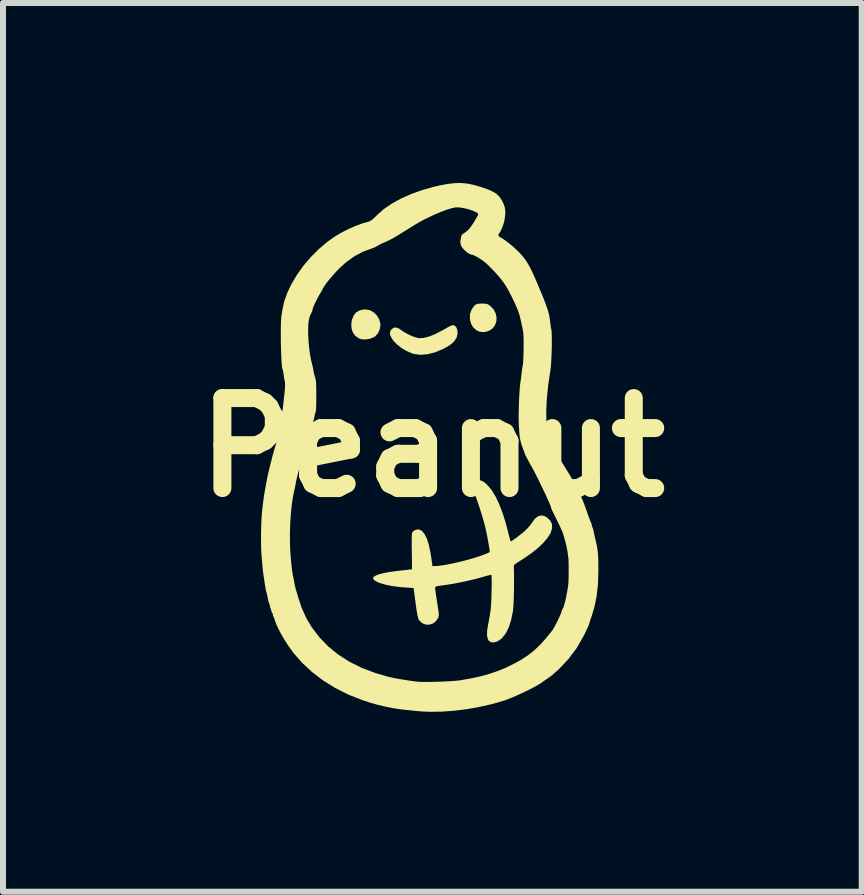
<source format=kicad_pcb>
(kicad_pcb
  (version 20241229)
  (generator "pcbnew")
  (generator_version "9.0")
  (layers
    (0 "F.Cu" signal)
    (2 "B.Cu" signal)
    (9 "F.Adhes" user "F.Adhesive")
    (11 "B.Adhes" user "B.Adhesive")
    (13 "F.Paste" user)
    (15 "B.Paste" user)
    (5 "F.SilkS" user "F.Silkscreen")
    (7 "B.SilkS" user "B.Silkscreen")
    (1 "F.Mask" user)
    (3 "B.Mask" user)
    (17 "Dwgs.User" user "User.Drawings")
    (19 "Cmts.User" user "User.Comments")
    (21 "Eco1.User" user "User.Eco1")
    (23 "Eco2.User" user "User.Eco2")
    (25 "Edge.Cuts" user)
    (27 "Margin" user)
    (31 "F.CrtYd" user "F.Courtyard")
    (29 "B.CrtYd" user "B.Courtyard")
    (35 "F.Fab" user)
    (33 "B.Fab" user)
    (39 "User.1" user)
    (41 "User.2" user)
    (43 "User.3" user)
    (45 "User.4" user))
  (footprint "Peanut"
    (layer "F.Cu")
    (at 4.157 4.407)
    (property "Reference" "Peanut" (at 0 0 0) (layer "F.SilkS") (effects (font (size 1.5 1.5) (thickness 0.3))))
    (attr board_only exclude_from_pos_files exclude_from_bom allow_missing_courtyard)
    (fp_poly (pts (xy -1.044 -2.287) (xy -0.982 -2.253) (xy -0.93 -2.204) (xy -0.89 -2.142) (xy -0.869 -2.074) (xy -0.866 -2.041) (xy -0.877 -1.968) (xy -0.907 -1.902) (xy -0.953 -1.851) (xy -0.978 -1.835) (xy -1.046 -1.809) (xy -1.119 -1.798) (xy -1.188 -1.804) (xy -1.224 -1.816) (xy -1.283 -1.857) (xy -1.325 -1.915) (xy -1.348 -1.986) (xy -1.351 -2.066) (xy -1.342 -2.121) (xy -1.313 -2.196) (xy -1.271 -2.25) (xy -1.214 -2.283) (xy -1.139 -2.298) (xy -1.11 -2.299)) (stroke (width 0) (type solid)) (fill yes) (layer "F.SilkS"))
    (fp_poly (pts (xy 0.877 -2.395) (xy 0.911 -2.39) (xy 0.939 -2.377) (xy 0.965 -2.357) (xy 1.021 -2.299) (xy 1.055 -2.234) (xy 1.07 -2.167) (xy 1.067 -2.101) (xy 1.046 -2.04) (xy 1.009 -1.987) (xy 0.956 -1.948) (xy 0.89 -1.925) (xy 0.844 -1.921) (xy 0.794 -1.926) (xy 0.753 -1.942) (xy 0.724 -1.961) (xy 0.678 -2.003) (xy 0.648 -2.054) (xy 0.629 -2.121) (xy 0.625 -2.15) (xy 0.628 -2.223) (xy 0.653 -2.295) (xy 0.696 -2.357) (xy 0.704 -2.365) (xy 0.726 -2.382) (xy 0.752 -2.392) (xy 0.789 -2.396) (xy 0.827 -2.397)) (stroke (width 0) (type solid)) (fill yes) (layer "F.SilkS"))
    (fp_poly (pts (xy 0.376 -2.027) (xy 0.402 -1.996) (xy 0.417 -1.952) (xy 0.42 -1.901) (xy 0.41 -1.847) (xy 0.399 -1.821) (xy 0.363 -1.767) (xy 0.31 -1.718) (xy 0.236 -1.67) (xy 0.169 -1.635) (xy 0.04 -1.583) (xy -0.084 -1.552) (xy -0.2 -1.543) (xy -0.305 -1.557) (xy -0.34 -1.567) (xy -0.431 -1.607) (xy -0.517 -1.658) (xy -0.593 -1.718) (xy -0.653 -1.781) (xy -0.683 -1.829) (xy -0.704 -1.878) (xy -0.708 -1.916) (xy -0.694 -1.95) (xy -0.683 -1.965) (xy -0.646 -1.994) (xy -0.602 -1.998) (xy -0.552 -1.978) (xy -0.529 -1.961) (xy -0.475 -1.924) (xy -0.41 -1.888) (xy -0.342 -1.856) (xy -0.278 -1.833) (xy -0.23 -1.821) (xy -0.152 -1.823) (xy -0.059 -1.846) (xy 0.049 -1.889) (xy 0.172 -1.952) (xy 0.224 -1.982) (xy 0.27 -2.008) (xy 0.31 -2.028) (xy 0.338 -2.038) (xy 0.342 -2.039)) (stroke (width 0) (type solid)) (fill yes) (layer "F.SilkS"))
    (fp_poly (pts (xy 0.79 0.547) (xy 0.791 0.548) (xy 0.824 0.557) (xy 0.856 0.575) (xy 0.894 0.606) (xy 0.925 0.637) (xy 0.992 0.718) (xy 1.056 0.824) (xy 1.117 0.954) (xy 1.174 1.104) (xy 1.227 1.275) (xy 1.251 1.368) (xy 1.268 1.435) (xy 1.283 1.493) (xy 1.295 1.537) (xy 1.302 1.563) (xy 1.304 1.568) (xy 1.316 1.564) (xy 1.344 1.546) (xy 1.383 1.519) (xy 1.428 1.485) (xy 1.475 1.448) (xy 1.52 1.412) (xy 1.549 1.386) (xy 1.591 1.345) (xy 1.628 1.301) (xy 1.654 1.265) (xy 1.704 1.196) (xy 1.755 1.152) (xy 1.809 1.134) (xy 1.864 1.142) (xy 1.913 1.17) (xy 1.966 1.223) (xy 1.994 1.281) (xy 1.996 1.346) (xy 1.974 1.418) (xy 1.967 1.434) (xy 1.918 1.512) (xy 1.846 1.595) (xy 1.755 1.682) (xy 1.646 1.768) (xy 1.523 1.853) (xy 1.472 1.885) (xy 1.419 1.918) (xy 1.385 1.941) (xy 1.366 1.959) (xy 1.358 1.975) (xy 1.357 1.993) (xy 1.357 1.994) (xy 1.36 2.066) (xy 1.361 2.152) (xy 1.361 2.248) (xy 1.361 2.348) (xy 1.359 2.448) (xy 1.356 2.541) (xy 1.352 2.624) (xy 1.347 2.691) (xy 1.342 2.736) (xy 1.312 2.881) (xy 1.273 3.002) (xy 1.224 3.1) (xy 1.165 3.175) (xy 1.129 3.207) (xy 1.075 3.238) (xy 1.022 3.252) (xy 0.976 3.247) (xy 0.942 3.224) (xy 0.937 3.218) (xy 0.918 3.176) (xy 0.91 3.123) (xy 0.913 3.054) (xy 0.927 2.967) (xy 0.929 2.956) (xy 0.943 2.884) (xy 0.957 2.804) (xy 0.968 2.732) (xy 0.971 2.712) (xy 0.975 2.668) (xy 0.979 2.61) (xy 0.983 2.54) (xy 0.985 2.464) (xy 0.987 2.386) (xy 0.989 2.31) (xy 0.989 2.242) (xy 0.988 2.186) (xy 0.987 2.145) (xy 0.984 2.126) (xy 0.983 2.125) (xy 0.969 2.126) (xy 0.935 2.134) (xy 0.886 2.147) (xy 0.828 2.164) (xy 0.828 2.164) (xy 0.725 2.192) (xy 0.604 2.221) (xy 0.475 2.249) (xy 0.345 2.274) (xy 0.224 2.293) (xy 0.173 2.3) (xy 0.114 2.308) (xy 0.077 2.315) (xy 0.056 2.323) (xy 0.047 2.332) (xy 0.046 2.344) (xy 0.047 2.365) (xy 0.053 2.407) (xy 0.061 2.466) (xy 0.072 2.535) (xy 0.08 2.586) (xy 0.092 2.666) (xy 0.101 2.724) (xy 0.106 2.765) (xy 0.107 2.795) (xy 0.104 2.816) (xy 0.099 2.834) (xy 0.091 2.85) (xy 0.053 2.904) (xy 0.003 2.94) (xy -0.055 2.956) (xy -0.115 2.953) (xy -0.171 2.929) (xy -0.218 2.885) (xy -0.225 2.876) (xy -0.236 2.849) (xy -0.248 2.8) (xy -0.261 2.728) (xy -0.275 2.632) (xy -0.28 2.593) (xy -0.313 2.345) (xy -0.469 2.334) (xy -0.583 2.324) (xy -0.689 2.308) (xy -0.784 2.288) (xy -0.865 2.265) (xy -0.927 2.24) (xy -0.969 2.213) (xy -0.983 2.196) (xy -0.989 2.176) (xy -0.98 2.161) (xy -0.955 2.143) (xy -0.903 2.12) (xy -0.827 2.099) (xy -0.73 2.08) (xy -0.614 2.064) (xy -0.611 2.064) (xy -0.546 2.056) (xy -0.481 2.049) (xy -0.428 2.043) (xy -0.41 2.04) (xy -0.339 2.032) (xy -0.34 1.954) (xy -0.34 1.913) (xy -0.341 1.854) (xy -0.342 1.781) (xy -0.343 1.702) (xy -0.344 1.661) (xy -0.344 1.587) (xy -0.344 1.521) (xy -0.342 1.469) (xy -0.34 1.434) (xy -0.338 1.423) (xy -0.316 1.395) (xy -0.279 1.375) (xy -0.239 1.367) (xy -0.222 1.369) (xy -0.173 1.394) (xy -0.13 1.445) (xy -0.092 1.52) (xy -0.06 1.621) (xy -0.033 1.747) (xy -0.021 1.819) (xy 0.002 1.98) (xy 0.066 1.978) (xy 0.116 1.974) (xy 0.184 1.964) (xy 0.268 1.949) (xy 0.359 1.93) (xy 0.455 1.908) (xy 0.548 1.885) (xy 0.634 1.861) (xy 0.635 1.861) (xy 0.715 1.837) (xy 0.789 1.813) (xy 0.855 1.789) (xy 0.907 1.769) (xy 0.943 1.753) (xy 0.957 1.742) (xy 0.957 1.741) (xy 0.955 1.716) (xy 0.948 1.672) (xy 0.938 1.613) (xy 0.926 1.547) (xy 0.913 1.478) (xy 0.9 1.412) (xy 0.887 1.355) (xy 0.886 1.348) (xy 0.863 1.258) (xy 0.832 1.151) (xy 0.797 1.036) (xy 0.758 0.919) (xy 0.723 0.821) (xy 0.702 0.754) (xy 0.686 0.689) (xy 0.678 0.631) (xy 0.678 0.588) (xy 0.68 0.581) (xy 0.697 0.555) (xy 0.734 0.544)) (stroke (width 0) (type solid)) (fill yes) (layer "F.SilkS"))
    (fp_poly (pts (xy 0.58 -4.397) (xy 0.69 -4.375) (xy 0.812 -4.339) (xy 0.906 -4.307) (xy 0.994 -4.27) (xy 1.063 -4.23) (xy 1.115 -4.181) (xy 1.157 -4.119) (xy 1.184 -4.065) (xy 1.205 -4.009) (xy 1.215 -3.953) (xy 1.216 -3.891) (xy 1.206 -3.813) (xy 1.204 -3.8) (xy 1.194 -3.752) (xy 1.177 -3.698) (xy 1.157 -3.646) (xy 1.136 -3.602) (xy 1.118 -3.574) (xy 1.112 -3.568) (xy 1.101 -3.549) (xy 1.105 -3.523) (xy 1.123 -3.505) (xy 1.127 -3.504) (xy 1.156 -3.489) (xy 1.199 -3.461) (xy 1.251 -3.422) (xy 1.307 -3.378) (xy 1.362 -3.331) (xy 1.41 -3.287) (xy 1.432 -3.266) (xy 1.478 -3.217) (xy 1.518 -3.17) (xy 1.554 -3.121) (xy 1.589 -3.068) (xy 1.623 -3.007) (xy 1.66 -2.935) (xy 1.7 -2.847) (xy 1.745 -2.742) (xy 1.792 -2.631) (xy 1.84 -2.517) (xy 1.877 -2.422) (xy 1.906 -2.342) (xy 1.928 -2.275) (xy 1.944 -2.215) (xy 1.955 -2.158) (xy 1.963 -2.102) (xy 1.966 -2.071) (xy 1.972 -2.024) (xy 1.979 -1.98) (xy 1.983 -1.967) (xy 1.987 -1.935) (xy 1.99 -1.883) (xy 1.991 -1.814) (xy 1.991 -1.734) (xy 1.99 -1.647) (xy 1.987 -1.558) (xy 1.983 -1.472) (xy 1.979 -1.394) (xy 1.973 -1.328) (xy 1.967 -1.282) (xy 1.93 -1.033) (xy 1.907 -0.8) (xy 1.898 -0.585) (xy 1.903 -0.389) (xy 1.912 -0.289) (xy 1.923 -0.224) (xy 1.941 -0.157) (xy 1.962 -0.096) (xy 1.984 -0.05) (xy 1.988 -0.044) (xy 2.009 -0.01) (xy 2.031 0.033) (xy 2.038 0.047) (xy 2.058 0.085) (xy 2.087 0.135) (xy 2.12 0.188) (xy 2.129 0.202) (xy 2.175 0.273) (xy 2.222 0.349) (xy 2.27 0.428) (xy 2.316 0.505) (xy 2.358 0.578) (xy 2.395 0.643) (xy 2.424 0.698) (xy 2.444 0.738) (xy 2.453 0.761) (xy 2.453 0.765) (xy 2.456 0.778) (xy 2.469 0.804) (xy 2.471 0.808) (xy 2.498 0.865) (xy 2.53 0.943) (xy 2.566 1.044) (xy 2.586 1.101) (xy 2.606 1.158) (xy 2.625 1.209) (xy 2.64 1.247) (xy 2.646 1.26) (xy 2.657 1.285) (xy 2.657 1.296) (xy 2.657 1.296) (xy 2.657 1.306) (xy 2.666 1.325) (xy 2.679 1.359) (xy 2.684 1.381) (xy 2.689 1.405) (xy 2.698 1.447) (xy 2.709 1.499) (xy 2.714 1.517) (xy 2.731 1.59) (xy 2.744 1.651) (xy 2.753 1.707) (xy 2.76 1.763) (xy 2.764 1.825) (xy 2.766 1.897) (xy 2.767 1.986) (xy 2.767 2.071) (xy 2.76 2.283) (xy 2.738 2.481) (xy 2.701 2.663) (xy 2.655 2.814) (xy 2.638 2.861) (xy 2.626 2.9) (xy 2.619 2.923) (xy 2.619 2.924) (xy 2.613 2.946) (xy 2.598 2.983) (xy 2.574 3.036) (xy 2.539 3.108) (xy 2.512 3.161) (xy 2.403 3.349) (xy 2.271 3.525) (xy 2.117 3.689) (xy 2.073 3.729) (xy 2.034 3.764) (xy 1.999 3.794) (xy 1.963 3.822) (xy 1.921 3.852) (xy 1.867 3.889) (xy 1.798 3.937) (xy 1.745 3.969) (xy 1.673 4.008) (xy 1.589 4.051) (xy 1.498 4.094) (xy 1.406 4.137) (xy 1.319 4.174) (xy 1.243 4.204) (xy 1.205 4.218) (xy 1.007 4.276) (xy 0.797 4.324) (xy 0.58 4.363) (xy 0.363 4.39) (xy 0.151 4.405) (xy -0.05 4.408) (xy -0.195 4.401) (xy -0.37 4.384) (xy -0.523 4.367) (xy -0.662 4.346) (xy -0.791 4.32) (xy -0.916 4.29) (xy -1.043 4.254) (xy -1.172 4.211) (xy -1.401 4.121) (xy -1.617 4.012) (xy -1.819 3.887) (xy -2.005 3.745) (xy -2.172 3.59) (xy -2.319 3.422) (xy -2.409 3.295) (xy -2.468 3.203) (xy -2.521 3.112) (xy -2.565 3.027) (xy -2.6 2.952) (xy -2.623 2.891) (xy -2.631 2.859) (xy -2.638 2.844) (xy -2.648 2.823) (xy -2.658 2.802) (xy -2.656 2.794) (xy -2.656 2.785) (xy -2.668 2.762) (xy -2.669 2.761) (xy -2.682 2.739) (xy -2.684 2.729) (xy -2.684 2.729) (xy -2.685 2.718) (xy -2.694 2.692) (xy -2.697 2.683) (xy -2.708 2.654) (xy -2.71 2.639) (xy -2.709 2.638) (xy -2.708 2.628) (xy -2.715 2.614) (xy -2.723 2.596) (xy -2.73 2.575) (xy -2.738 2.541) (xy -2.748 2.49) (xy -2.748 2.488) (xy -2.757 2.45) (xy -2.764 2.423) (xy -2.768 2.411) (xy -2.771 2.399) (xy -2.775 2.383) (xy -2.779 2.358) (xy -2.786 2.319) (xy -2.795 2.262) (xy -2.801 2.221) (xy -2.811 2.156) (xy -2.82 2.093) (xy -2.826 2.041) (xy -2.829 2.019) (xy -2.832 1.978) (xy -2.837 1.92) (xy -2.843 1.854) (xy -2.847 1.811) (xy -2.851 1.75) (xy -2.854 1.67) (xy -2.856 1.58) (xy -2.856 1.578) (xy -2.374 1.578) (xy -2.369 1.728) (xy -2.359 1.85) (xy -2.351 1.936) (xy -2.344 2.002) (xy -2.338 2.053) (xy -2.332 2.094) (xy -2.325 2.132) (xy -2.317 2.171) (xy -2.316 2.175) (xy -2.31 2.203) (xy -2.305 2.228) (xy -2.3 2.261) (xy -2.294 2.293) (xy -2.286 2.33) (xy -2.274 2.375) (xy -2.269 2.39) (xy -2.255 2.435) (xy -2.243 2.477) (xy -2.24 2.488) (xy -2.18 2.672) (xy -2.1 2.849) (xy -2.012 2.996) (xy -1.883 3.166) (xy -1.736 3.318) (xy -1.57 3.453) (xy -1.385 3.572) (xy -1.18 3.674) (xy -0.955 3.76) (xy -0.747 3.821) (xy -0.694 3.833) (xy -0.623 3.848) (xy -0.54 3.863) (xy -0.452 3.877) (xy -0.367 3.891) (xy -0.292 3.901) (xy -0.247 3.906) (xy -0.199 3.909) (xy -0.13 3.91) (xy -0.047 3.91) (xy 0.046 3.908) (xy 0.142 3.905) (xy 0.237 3.901) (xy 0.324 3.896) (xy 0.398 3.89) (xy 0.453 3.884) (xy 0.462 3.883) (xy 0.643 3.851) (xy 0.804 3.816) (xy 0.949 3.776) (xy 1.085 3.73) (xy 1.217 3.676) (xy 1.351 3.611) (xy 1.361 3.606) (xy 1.486 3.537) (xy 1.598 3.463) (xy 1.701 3.381) (xy 1.8 3.286) (xy 1.9 3.175) (xy 1.998 3.053) (xy 2.016 3.026) (xy 2.04 2.983) (xy 2.067 2.931) (xy 2.095 2.875) (xy 2.12 2.821) (xy 2.141 2.774) (xy 2.153 2.741) (xy 2.156 2.729) (xy 2.164 2.702) (xy 2.17 2.694) (xy 2.185 2.67) (xy 2.187 2.662) (xy 2.193 2.639) (xy 2.203 2.603) (xy 2.208 2.586) (xy 2.219 2.546) (xy 2.226 2.515) (xy 2.228 2.507) (xy 2.232 2.482) (xy 2.239 2.446) (xy 2.24 2.442) (xy 2.254 2.368) (xy 2.264 2.3) (xy 2.265 2.286) (xy 2.268 2.251) (xy 2.27 2.199) (xy 2.271 2.135) (xy 2.272 2.065) (xy 2.272 1.996) (xy 2.271 1.933) (xy 2.27 1.882) (xy 2.268 1.849) (xy 2.267 1.843) (xy 2.262 1.81) (xy 2.256 1.765) (xy 2.254 1.752) (xy 2.247 1.706) (xy 2.236 1.65) (xy 2.227 1.615) (xy 2.214 1.564) (xy 2.201 1.516) (xy 2.195 1.491) (xy 2.184 1.455) (xy 2.17 1.414) (xy 2.149 1.366) (xy 2.122 1.307) (xy 2.085 1.231) (xy 2.057 1.176) (xy 2.028 1.116) (xy 2.004 1.067) (xy 1.987 1.03) (xy 1.979 1.011) (xy 1.979 1.009) (xy 1.978 0.998) (xy 1.967 0.967) (xy 1.947 0.92) (xy 1.919 0.858) (xy 1.887 0.787) (xy 1.85 0.709) (xy 1.81 0.627) (xy 1.77 0.544) (xy 1.73 0.464) (xy 1.692 0.391) (xy 1.657 0.326) (xy 1.635 0.287) (xy 1.603 0.229) (xy 1.575 0.177) (xy 1.554 0.136) (xy 1.543 0.111) (xy 1.543 0.111) (xy 1.532 0.08) (xy 1.517 0.037) (xy 1.506 0.009) (xy 1.492 -0.03) (xy 1.482 -0.059) (xy 1.479 -0.069) (xy 1.475 -0.086) (xy 1.467 -0.119) (xy 1.464 -0.129) (xy 1.458 -0.163) (xy 1.452 -0.217) (xy 1.447 -0.284) (xy 1.442 -0.359) (xy 1.439 -0.434) (xy 1.438 -0.503) (xy 1.438 -0.515) (xy 1.44 -0.626) (xy 1.443 -0.738) (xy 1.448 -0.846) (xy 1.454 -0.945) (xy 1.461 -1.03) (xy 1.469 -1.095) (xy 1.471 -1.107) (xy 1.477 -1.142) (xy 1.482 -1.191) (xy 1.486 -1.223) (xy 1.492 -1.279) (xy 1.501 -1.334) (xy 1.506 -1.36) (xy 1.511 -1.395) (xy 1.515 -1.451) (xy 1.518 -1.521) (xy 1.52 -1.6) (xy 1.521 -1.682) (xy 1.521 -1.761) (xy 1.52 -1.833) (xy 1.517 -1.89) (xy 1.513 -1.928) (xy 1.513 -1.928) (xy 1.505 -1.973) (xy 1.498 -2.009) (xy 1.488 -2.05) (xy 1.487 -2.058) (xy 1.479 -2.095) (xy 1.468 -2.142) (xy 1.464 -2.162) (xy 1.445 -2.231) (xy 1.412 -2.317) (xy 1.368 -2.417) (xy 1.315 -2.527) (xy 1.254 -2.643) (xy 1.242 -2.664) (xy 1.189 -2.746) (xy 1.116 -2.84) (xy 1.025 -2.941) (xy 0.922 -3.045) (xy 0.875 -3.087) (xy 0.82 -3.127) (xy 0.764 -3.163) (xy 0.714 -3.191) (xy 0.673 -3.208) (xy 0.659 -3.21) (xy 0.625 -3.221) (xy 0.584 -3.246) (xy 0.541 -3.281) (xy 0.506 -3.319) (xy 0.487 -3.347) (xy 0.471 -3.387) (xy 0.466 -3.425) (xy 0.472 -3.471) (xy 0.48 -3.507) (xy 0.486 -3.531) (xy 0.487 -3.538) (xy 0.498 -3.548) (xy 0.524 -3.568) (xy 0.55 -3.585) (xy 0.588 -3.614) (xy 0.623 -3.653) (xy 0.662 -3.707) (xy 0.687 -3.745) (xy 0.718 -3.796) (xy 0.743 -3.84) (xy 0.76 -3.871) (xy 0.765 -3.884) (xy 0.756 -3.902) (xy 0.726 -3.921) (xy 0.68 -3.942) (xy 0.624 -3.962) (xy 0.562 -3.979) (xy 0.499 -3.992) (xy 0.441 -4) (xy 0.392 -4) (xy 0.386 -4) (xy 0.324 -3.987) (xy 0.244 -3.963) (xy 0.153 -3.929) (xy 0.053 -3.888) (xy -0.05 -3.84) (xy -0.152 -3.79) (xy -0.247 -3.737) (xy -0.302 -3.704) (xy -0.408 -3.638) (xy -0.494 -3.584) (xy -0.565 -3.541) (xy -0.621 -3.507) (xy -0.667 -3.481) (xy -0.705 -3.46) (xy -0.738 -3.444) (xy -0.768 -3.43) (xy -0.782 -3.425) (xy -0.833 -3.402) (xy -0.882 -3.378) (xy -0.917 -3.358) (xy -0.917 -3.358) (xy -0.96 -3.334) (xy -1.006 -3.316) (xy -1.01 -3.315) (xy -1.159 -3.261) (xy -1.305 -3.182) (xy -1.448 -3.077) (xy -1.543 -2.991) (xy -1.599 -2.934) (xy -1.655 -2.872) (xy -1.709 -2.809) (xy -1.757 -2.75) (xy -1.794 -2.698) (xy -1.817 -2.661) (xy -1.819 -2.657) (xy -1.832 -2.632) (xy -1.853 -2.594) (xy -1.87 -2.566) (xy -1.9 -2.514) (xy -1.93 -2.456) (xy -1.958 -2.399) (xy -1.98 -2.348) (xy -1.995 -2.308) (xy -1.999 -2.289) (xy -2.005 -2.262) (xy -2.01 -2.253) (xy -2.021 -2.234) (xy -2.036 -2.2) (xy -2.046 -2.175) (xy -2.059 -2.122) (xy -2.068 -2.047) (xy -2.071 -1.957) (xy -2.069 -1.856) (xy -2.063 -1.749) (xy -2.052 -1.641) (xy -2.037 -1.537) (xy -2.019 -1.441) (xy -2.01 -1.407) (xy -1.996 -1.352) (xy -1.987 -1.311) (xy -1.981 -1.272) (xy -1.98 -1.265) (xy -1.971 -1.224) (xy -1.96 -1.185) (xy -1.951 -1.156) (xy -1.945 -1.128) (xy -1.94 -1.097) (xy -1.937 -1.058) (xy -1.936 -1.005) (xy -1.935 -0.935) (xy -1.935 -0.874) (xy -1.935 -0.777) (xy -1.936 -0.702) (xy -1.938 -0.647) (xy -1.942 -0.608) (xy -1.946 -0.583) (xy -1.952 -0.57) (xy -1.959 -0.549) (xy -1.965 -0.516) (xy -1.965 -0.513) (xy -1.972 -0.481) (xy -1.986 -0.433) (xy -2.003 -0.377) (xy -2.012 -0.352) (xy -2.032 -0.292) (xy -2.052 -0.235) (xy -2.067 -0.189) (xy -2.072 -0.176) (xy -2.081 -0.143) (xy -2.096 -0.092) (xy -2.115 -0.028) (xy -2.135 0.044) (xy -2.156 0.119) (xy -2.176 0.19) (xy -2.193 0.253) (xy -2.206 0.302) (xy -2.213 0.332) (xy -2.214 0.333) (xy -2.22 0.361) (xy -2.232 0.405) (xy -2.245 0.456) (xy -2.247 0.462) (xy -2.26 0.517) (xy -2.272 0.567) (xy -2.278 0.604) (xy -2.279 0.606) (xy -2.285 0.644) (xy -2.296 0.694) (xy -2.304 0.729) (xy -2.326 0.838) (xy -2.345 0.967) (xy -2.359 1.111) (xy -2.369 1.264) (xy -2.374 1.422) (xy -2.374 1.578) (xy -2.856 1.578) (xy -2.856 1.486) (xy -2.855 1.413) (xy -2.853 1.313) (xy -2.85 1.232) (xy -2.846 1.164) (xy -2.842 1.101) (xy -2.835 1.037) (xy -2.827 0.965) (xy -2.827 0.964) (xy -2.822 0.928) (xy -2.816 0.88) (xy -2.813 0.853) (xy -2.808 0.815) (xy -2.798 0.758) (xy -2.786 0.69) (xy -2.773 0.617) (xy -2.76 0.547) (xy -2.748 0.485) (xy -2.738 0.44) (xy -2.736 0.43) (xy -2.727 0.394) (xy -2.723 0.378) (xy -2.716 0.35) (xy -2.706 0.307) (xy -2.693 0.257) (xy -2.681 0.21) (xy -2.672 0.174) (xy -2.67 0.163) (xy -2.653 0.102) (xy -2.638 0.049) (xy -2.621 -0.008) (xy -2.605 -0.059) (xy -2.589 -0.113) (xy -2.575 -0.161) (xy -2.567 -0.195) (xy -2.566 -0.202) (xy -2.56 -0.239) (xy -2.552 -0.292) (xy -2.543 -0.354) (xy -2.533 -0.418) (xy -2.525 -0.477) (xy -2.518 -0.525) (xy -2.513 -0.555) (xy -2.513 -0.558) (xy -2.507 -0.588) (xy -2.501 -0.605) (xy -2.497 -0.622) (xy -2.492 -0.658) (xy -2.487 -0.698) (xy -2.482 -0.749) (xy -2.475 -0.815) (xy -2.467 -0.885) (xy -2.464 -0.912) (xy -2.458 -0.974) (xy -2.455 -1.03) (xy -2.456 -1.073) (xy -2.458 -1.088) (xy -2.467 -1.135) (xy -2.475 -1.179) (xy -2.48 -1.221) (xy -2.486 -1.258) (xy -2.492 -1.289) (xy -2.499 -1.306) (xy -2.505 -1.328) (xy -2.51 -1.371) (xy -2.514 -1.433) (xy -2.518 -1.51) (xy -2.521 -1.597) (xy -2.524 -1.69) (xy -2.526 -1.786) (xy -2.526 -1.88) (xy -2.526 -1.97) (xy -2.525 -2.05) (xy -2.522 -2.117) (xy -2.519 -2.167) (xy -2.517 -2.182) (xy -2.51 -2.225) (xy -2.503 -2.275) (xy -2.501 -2.286) (xy -2.471 -2.429) (xy -2.417 -2.579) (xy -2.344 -2.731) (xy -2.253 -2.882) (xy -2.146 -3.031) (xy -2.026 -3.172) (xy -1.894 -3.304) (xy -1.753 -3.424) (xy -1.628 -3.513) (xy -1.521 -3.577) (xy -1.404 -3.637) (xy -1.284 -3.69) (xy -1.17 -3.732) (xy -1.076 -3.759) (xy -1.045 -3.769) (xy -1.015 -3.786) (xy -0.981 -3.814) (xy -0.936 -3.857) (xy -0.92 -3.874) (xy -0.81 -3.971) (xy -0.677 -4.062) (xy -0.524 -4.147) (xy -0.353 -4.223) (xy -0.167 -4.29) (xy 0.031 -4.345) (xy 0.117 -4.365) (xy 0.249 -4.39) (xy 0.366 -4.404) (xy 0.474 -4.407)) (stroke (width 0) (type solid)) (fill yes) (layer "F.SilkS")))
  (gr_rect
    (start -3 -3)
    (end 11.314 11.814)
    (stroke (width 0.1) (type default))
    (fill no)
    (layer "Edge.Cuts")))
</source>
